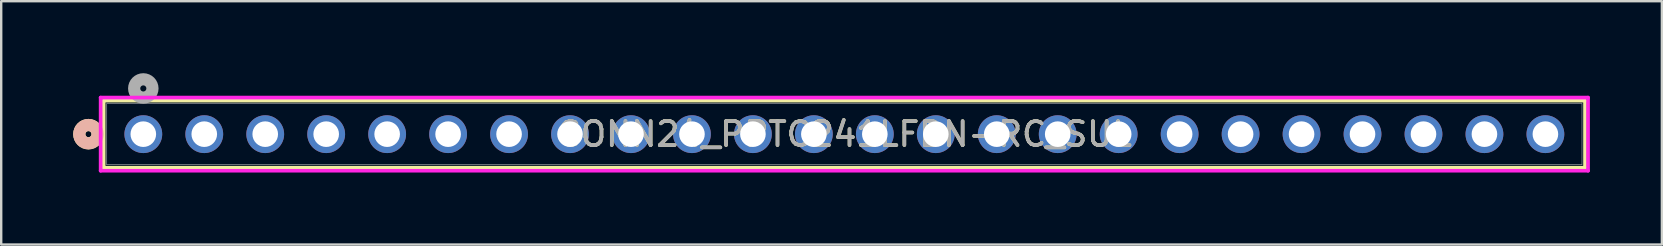
<source format=kicad_pcb>
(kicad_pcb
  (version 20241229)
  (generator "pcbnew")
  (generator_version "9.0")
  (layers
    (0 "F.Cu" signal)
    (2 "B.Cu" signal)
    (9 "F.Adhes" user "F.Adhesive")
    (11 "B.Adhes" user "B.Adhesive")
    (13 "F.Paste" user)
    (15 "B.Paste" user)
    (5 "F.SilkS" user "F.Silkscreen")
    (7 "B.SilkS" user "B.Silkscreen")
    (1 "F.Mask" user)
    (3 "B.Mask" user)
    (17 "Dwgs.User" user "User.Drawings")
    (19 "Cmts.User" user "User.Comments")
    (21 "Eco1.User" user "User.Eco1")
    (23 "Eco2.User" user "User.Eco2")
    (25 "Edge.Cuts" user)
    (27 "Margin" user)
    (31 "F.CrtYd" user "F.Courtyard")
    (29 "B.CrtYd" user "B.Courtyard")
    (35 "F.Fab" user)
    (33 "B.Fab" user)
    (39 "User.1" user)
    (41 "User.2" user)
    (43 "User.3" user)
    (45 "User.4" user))
  (footprint "CONN24_PPTC241LFBN-RC_SUL"
    (layer "F.Cu")
    (at 2.921 2.54)
    (property "Reference" "CONN24_PPTC241LFBN-RC_SUL" (at 29.21 0 0) (unlocked yes) (layer "F.SilkS") (effects (font (size 1 1) (thickness 0.15))))
    (attr through_hole)
    (fp_line (start -1.651 -1.397) (end -1.651 1.397) (stroke (width 0.152) (type solid)) (layer "F.SilkS"))
    (fp_line (start -1.651 1.397) (end 60.071 1.397) (stroke (width 0.152) (type solid)) (layer "F.SilkS"))
    (fp_line (start 60.071 -1.397) (end -1.651 -1.397) (stroke (width 0.152) (type solid)) (layer "F.SilkS"))
    (fp_line (start 60.071 1.397) (end 60.071 -1.397) (stroke (width 0.152) (type solid)) (layer "F.SilkS"))
    (fp_circle (center -2.286 0) (end -1.905 0) (stroke (width 0.508) (type solid)) (fill no) (layer "F.SilkS"))
    (fp_circle (center -2.286 0) (end -1.905 0) (stroke (width 0.508) (type solid)) (fill no) (layer "B.SilkS"))
    (fp_line (start -1.778 -1.524) (end -1.778 1.524) (stroke (width 0.152) (type solid)) (layer "F.CrtYd"))
    (fp_line (start -1.778 1.524) (end 60.198 1.524) (stroke (width 0.152) (type solid)) (layer "F.CrtYd"))
    (fp_line (start 60.198 -1.524) (end -1.778 -1.524) (stroke (width 0.152) (type solid)) (layer "F.CrtYd"))
    (fp_line (start 60.198 1.524) (end 60.198 -1.524) (stroke (width 0.152) (type solid)) (layer "F.CrtYd"))
    (fp_line (start -1.524 -1.27) (end -1.524 1.27) (stroke (width 0.025) (type solid)) (layer "F.Fab"))
    (fp_line (start -1.524 1.27) (end 59.944 1.27) (stroke (width 0.025) (type solid)) (layer "F.Fab"))
    (fp_line (start 59.944 -1.27) (end -1.524 -1.27) (stroke (width 0.025) (type solid)) (layer "F.Fab"))
    (fp_line (start 59.944 1.27) (end 59.944 -1.27) (stroke (width 0.025) (type solid)) (layer "F.Fab"))
    (fp_circle (center 0 -1.905) (end 0.381 -1.905) (stroke (width 0.508) (type solid)) (fill no) (layer "F.Fab"))
    (fp_text user "${REFERENCE}" (at 29.21 0 0) (unlocked yes) (layer "F.Fab") (effects (font (size 1 1) (thickness 0.15))))
    (pad "1" thru_hole circle (at 0 0) (size 1.575 1.575) (drill 1.067) (layers "*.Cu" "*.Mask"))
    (pad "2" thru_hole circle (at 2.54 0) (size 1.575 1.575) (drill 1.067) (layers "*.Cu" "*.Mask"))
    (pad "3" thru_hole circle (at 5.08 0) (size 1.575 1.575) (drill 1.067) (layers "*.Cu" "*.Mask"))
    (pad "4" thru_hole circle (at 7.62 0) (size 1.575 1.575) (drill 1.067) (layers "*.Cu" "*.Mask"))
    (pad "5" thru_hole circle (at 10.16 0) (size 1.575 1.575) (drill 1.067) (layers "*.Cu" "*.Mask"))
    (pad "6" thru_hole circle (at 12.7 0) (size 1.575 1.575) (drill 1.067) (layers "*.Cu" "*.Mask"))
    (pad "7" thru_hole circle (at 15.24 0) (size 1.575 1.575) (drill 1.067) (layers "*.Cu" "*.Mask"))
    (pad "8" thru_hole circle (at 17.78 0) (size 1.575 1.575) (drill 1.067) (layers "*.Cu" "*.Mask"))
    (pad "9" thru_hole circle (at 20.32 0) (size 1.575 1.575) (drill 1.067) (layers "*.Cu" "*.Mask"))
    (pad "10" thru_hole circle (at 22.86 0) (size 1.575 1.575) (drill 1.067) (layers "*.Cu" "*.Mask"))
    (pad "11" thru_hole circle (at 25.4 0) (size 1.575 1.575) (drill 1.067) (layers "*.Cu" "*.Mask"))
    (pad "12" thru_hole circle (at 27.94 0) (size 1.575 1.575) (drill 1.067) (layers "*.Cu" "*.Mask"))
    (pad "13" thru_hole circle (at 30.48 0) (size 1.575 1.575) (drill 1.067) (layers "*.Cu" "*.Mask"))
    (pad "14" thru_hole circle (at 33.02 0) (size 1.575 1.575) (drill 1.067) (layers "*.Cu" "*.Mask"))
    (pad "15" thru_hole circle (at 35.56 0) (size 1.575 1.575) (drill 1.067) (layers "*.Cu" "*.Mask"))
    (pad "16" thru_hole circle (at 38.1 0) (size 1.575 1.575) (drill 1.067) (layers "*.Cu" "*.Mask"))
    (pad "17" thru_hole circle (at 40.64 0) (size 1.575 1.575) (drill 1.067) (layers "*.Cu" "*.Mask"))
    (pad "18" thru_hole circle (at 43.18 0) (size 1.575 1.575) (drill 1.067) (layers "*.Cu" "*.Mask"))
    (pad "19" thru_hole circle (at 45.72 0) (size 1.575 1.575) (drill 1.067) (layers "*.Cu" "*.Mask"))
    (pad "20" thru_hole circle (at 48.26 0) (size 1.575 1.575) (drill 1.067) (layers "*.Cu" "*.Mask"))
    (pad "21" thru_hole circle (at 50.8 0) (size 1.575 1.575) (drill 1.067) (layers "*.Cu" "*.Mask"))
    (pad "22" thru_hole circle (at 53.34 0) (size 1.575 1.575) (drill 1.067) (layers "*.Cu" "*.Mask"))
    (pad "23" thru_hole circle (at 55.88 0) (size 1.575 1.575) (drill 1.067) (layers "*.Cu" "*.Mask"))
    (pad "24" thru_hole circle (at 58.42 0) (size 1.575 1.575) (drill 1.067) (layers "*.Cu" "*.Mask")))
  (gr_rect
    (start -3 -3)
    (end 66.195 7.14)
    (stroke (width 0.1) (type default))
    (fill no)
    (layer "Edge.Cuts")))
</source>
